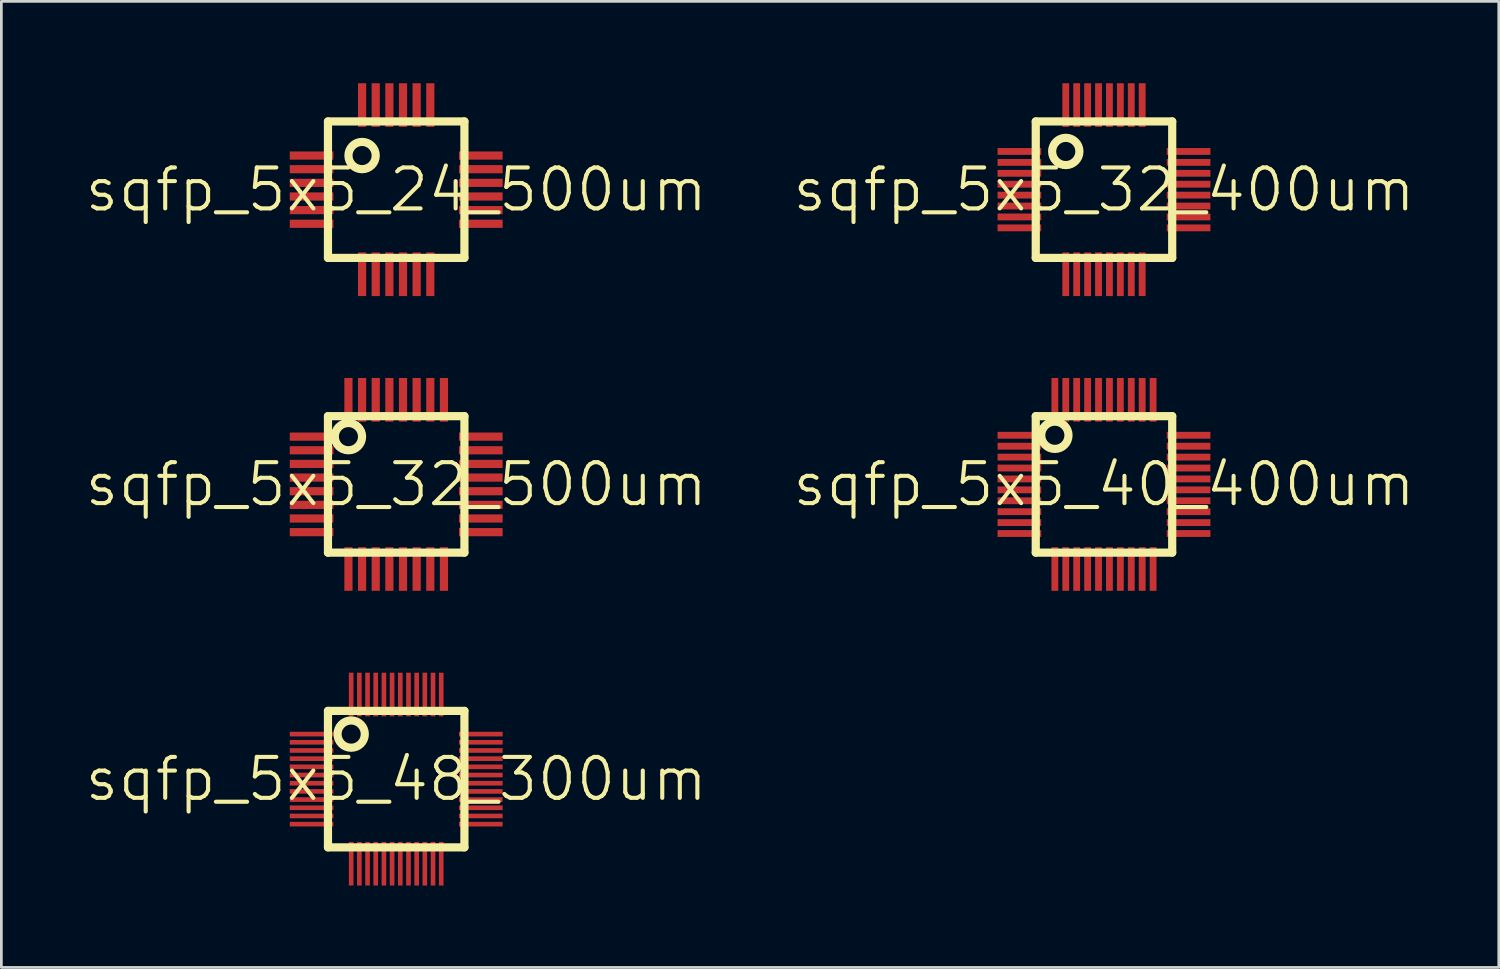
<source format=kicad_pcb>
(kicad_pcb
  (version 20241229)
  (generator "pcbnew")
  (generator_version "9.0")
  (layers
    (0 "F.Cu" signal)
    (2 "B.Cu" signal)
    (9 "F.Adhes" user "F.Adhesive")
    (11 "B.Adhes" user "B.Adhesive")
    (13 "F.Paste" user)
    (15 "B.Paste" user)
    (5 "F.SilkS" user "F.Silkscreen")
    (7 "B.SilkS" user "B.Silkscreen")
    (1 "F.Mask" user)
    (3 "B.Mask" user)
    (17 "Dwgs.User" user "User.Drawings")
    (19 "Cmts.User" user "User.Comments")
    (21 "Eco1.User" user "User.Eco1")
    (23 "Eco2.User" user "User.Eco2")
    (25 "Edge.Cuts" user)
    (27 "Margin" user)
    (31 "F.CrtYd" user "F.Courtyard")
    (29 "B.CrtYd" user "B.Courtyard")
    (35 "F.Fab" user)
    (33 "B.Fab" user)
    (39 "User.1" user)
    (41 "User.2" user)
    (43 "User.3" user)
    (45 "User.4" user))
  (footprint "sqfp_5x5_24_500um"
    (layer "F.Cu")
    (at 11.468 3.9)
    (property "Reference" "sqfp_5x5_24_500um" (at 0 0 0) (layer "F.SilkS") (effects (font (size 1.5 1.5) (thickness 0.15))))
    (attr through_hole)
    (fp_line (start -2.5 -2.5) (end 2.5 -2.5) (stroke (width 0.3) (type solid)) (layer "F.SilkS"))
    (fp_line (start -2.5 2.5) (end -2.5 -2.5) (stroke (width 0.3) (type solid)) (layer "F.SilkS"))
    (fp_line (start 2.5 -2.5) (end 2.5 2.5) (stroke (width 0.3) (type solid)) (layer "F.SilkS"))
    (fp_line (start 2.5 2.5) (end -2.5 2.5) (stroke (width 0.3) (type solid)) (layer "F.SilkS"))
    (fp_circle (center -1.25 -1.25) (end -0.75 -1.25) (stroke (width 0.3) (type solid)) (fill no) (layer "F.SilkS"))
    (pad "1" smd rect (at -3.1 -1.25 90) (size 0.3 1.6) (layers "F.Cu" "F.Mask" "F.Paste"))
    (pad "2" smd rect (at -3.1 -0.75 90) (size 0.3 1.6) (layers "F.Cu" "F.Mask" "F.Paste"))
    (pad "3" smd rect (at -3.1 -0.25 90) (size 0.3 1.6) (layers "F.Cu" "F.Mask" "F.Paste"))
    (pad "4" smd rect (at -3.1 0.25 90) (size 0.3 1.6) (layers "F.Cu" "F.Mask" "F.Paste"))
    (pad "5" smd rect (at -3.1 0.75 90) (size 0.3 1.6) (layers "F.Cu" "F.Mask" "F.Paste"))
    (pad "6" smd rect (at -3.1 1.25 90) (size 0.3 1.6) (layers "F.Cu" "F.Mask" "F.Paste"))
    (pad "7" smd rect (at -1.25 3.1) (size 0.3 1.6) (layers "F.Cu" "F.Mask" "F.Paste"))
    (pad "8" smd rect (at -0.75 3.1) (size 0.3 1.6) (layers "F.Cu" "F.Mask" "F.Paste"))
    (pad "9" smd rect (at -0.25 3.1) (size 0.3 1.6) (layers "F.Cu" "F.Mask" "F.Paste"))
    (pad "10" smd rect (at 0.25 3.1) (size 0.3 1.6) (layers "F.Cu" "F.Mask" "F.Paste"))
    (pad "11" smd rect (at 0.75 3.1) (size 0.3 1.6) (layers "F.Cu" "F.Mask" "F.Paste"))
    (pad "12" smd rect (at 1.25 3.1) (size 0.3 1.6) (layers "F.Cu" "F.Mask" "F.Paste"))
    (pad "13" smd rect (at 3.1 1.25 90) (size 0.3 1.6) (layers "F.Cu" "F.Mask" "F.Paste"))
    (pad "14" smd rect (at 3.1 0.75 90) (size 0.3 1.6) (layers "F.Cu" "F.Mask" "F.Paste"))
    (pad "15" smd rect (at 3.1 0.25 90) (size 0.3 1.6) (layers "F.Cu" "F.Mask" "F.Paste"))
    (pad "16" smd rect (at 3.1 -0.25 90) (size 0.3 1.6) (layers "F.Cu" "F.Mask" "F.Paste"))
    (pad "17" smd rect (at 3.1 -0.75 90) (size 0.3 1.6) (layers "F.Cu" "F.Mask" "F.Paste"))
    (pad "18" smd rect (at 3.1 -1.25 90) (size 0.3 1.6) (layers "F.Cu" "F.Mask" "F.Paste"))
    (pad "19" smd rect (at 1.25 -3.1) (size 0.3 1.6) (layers "F.Cu" "F.Mask" "F.Paste"))
    (pad "20" smd rect (at 0.75 -3.1) (size 0.3 1.6) (layers "F.Cu" "F.Mask" "F.Paste"))
    (pad "21" smd rect (at 0.25 -3.1) (size 0.3 1.6) (layers "F.Cu" "F.Mask" "F.Paste"))
    (pad "22" smd rect (at -0.25 -3.1) (size 0.3 1.6) (layers "F.Cu" "F.Mask" "F.Paste"))
    (pad "23" smd rect (at -0.75 -3.1) (size 0.3 1.6) (layers "F.Cu" "F.Mask" "F.Paste"))
    (pad "24" smd rect (at -1.25 -3.1) (size 0.3 1.6) (layers "F.Cu" "F.Mask" "F.Paste")))
  (footprint "sqfp_5x5_32_400um"
    (layer "F.Cu")
    (at 37.404 3.9)
    (property "Reference" "sqfp_5x5_32_400um" (at 0 0 0) (layer "F.SilkS") (effects (font (size 1.5 1.5) (thickness 0.15))))
    (attr through_hole)
    (fp_line (start -2.5 -2.5) (end 2.5 -2.5) (stroke (width 0.3) (type solid)) (layer "F.SilkS"))
    (fp_line (start -2.5 2.5) (end -2.5 -2.5) (stroke (width 0.3) (type solid)) (layer "F.SilkS"))
    (fp_line (start 2.5 -2.5) (end 2.5 2.5) (stroke (width 0.3) (type solid)) (layer "F.SilkS"))
    (fp_line (start 2.5 2.5) (end -2.5 2.5) (stroke (width 0.3) (type solid)) (layer "F.SilkS"))
    (fp_circle (center -1.4 -1.4) (end -0.9 -1.4) (stroke (width 0.3) (type solid)) (fill no) (layer "F.SilkS"))
    (pad "1" smd rect (at -3.1 -1.4 90) (size 0.25 1.6) (layers "F.Cu" "F.Mask" "F.Paste"))
    (pad "2" smd rect (at -3.1 -1 90) (size 0.25 1.6) (layers "F.Cu" "F.Mask" "F.Paste"))
    (pad "3" smd rect (at -3.1 -0.6 90) (size 0.25 1.6) (layers "F.Cu" "F.Mask" "F.Paste"))
    (pad "4" smd rect (at -3.1 -0.2 90) (size 0.25 1.6) (layers "F.Cu" "F.Mask" "F.Paste"))
    (pad "5" smd rect (at -3.1 0.2 90) (size 0.25 1.6) (layers "F.Cu" "F.Mask" "F.Paste"))
    (pad "6" smd rect (at -3.1 0.6 90) (size 0.25 1.6) (layers "F.Cu" "F.Mask" "F.Paste"))
    (pad "7" smd rect (at -3.1 1 90) (size 0.25 1.6) (layers "F.Cu" "F.Mask" "F.Paste"))
    (pad "8" smd rect (at -3.1 1.4 90) (size 0.25 1.6) (layers "F.Cu" "F.Mask" "F.Paste"))
    (pad "9" smd rect (at -1.4 3.1) (size 0.25 1.6) (layers "F.Cu" "F.Mask" "F.Paste"))
    (pad "10" smd rect (at -1 3.1) (size 0.25 1.6) (layers "F.Cu" "F.Mask" "F.Paste"))
    (pad "11" smd rect (at -0.6 3.1) (size 0.25 1.6) (layers "F.Cu" "F.Mask" "F.Paste"))
    (pad "12" smd rect (at -0.2 3.1) (size 0.25 1.6) (layers "F.Cu" "F.Mask" "F.Paste"))
    (pad "13" smd rect (at 0.2 3.1) (size 0.25 1.6) (layers "F.Cu" "F.Mask" "F.Paste"))
    (pad "14" smd rect (at 0.6 3.1) (size 0.25 1.6) (layers "F.Cu" "F.Mask" "F.Paste"))
    (pad "15" smd rect (at 1 3.1) (size 0.25 1.6) (layers "F.Cu" "F.Mask" "F.Paste"))
    (pad "16" smd rect (at 1.4 3.1) (size 0.25 1.6) (layers "F.Cu" "F.Mask" "F.Paste"))
    (pad "17" smd rect (at 3.1 1.4 90) (size 0.25 1.6) (layers "F.Cu" "F.Mask" "F.Paste"))
    (pad "18" smd rect (at 3.1 1 90) (size 0.25 1.6) (layers "F.Cu" "F.Mask" "F.Paste"))
    (pad "19" smd rect (at 3.1 0.6 90) (size 0.25 1.6) (layers "F.Cu" "F.Mask" "F.Paste"))
    (pad "20" smd rect (at 3.1 0.2 90) (size 0.25 1.6) (layers "F.Cu" "F.Mask" "F.Paste"))
    (pad "21" smd rect (at 3.1 -0.2 90) (size 0.25 1.6) (layers "F.Cu" "F.Mask" "F.Paste"))
    (pad "22" smd rect (at 3.1 -0.6 90) (size 0.25 1.6) (layers "F.Cu" "F.Mask" "F.Paste"))
    (pad "23" smd rect (at 3.1 -1 90) (size 0.25 1.6) (layers "F.Cu" "F.Mask" "F.Paste"))
    (pad "24" smd rect (at 3.1 -1.4 90) (size 0.25 1.6) (layers "F.Cu" "F.Mask" "F.Paste"))
    (pad "25" smd rect (at 1.4 -3.1) (size 0.25 1.6) (layers "F.Cu" "F.Mask" "F.Paste"))
    (pad "26" smd rect (at 1 -3.1) (size 0.25 1.6) (layers "F.Cu" "F.Mask" "F.Paste"))
    (pad "27" smd rect (at 0.6 -3.1) (size 0.25 1.6) (layers "F.Cu" "F.Mask" "F.Paste"))
    (pad "28" smd rect (at 0.2 -3.1) (size 0.25 1.6) (layers "F.Cu" "F.Mask" "F.Paste"))
    (pad "29" smd rect (at -0.2 -3.1) (size 0.25 1.6) (layers "F.Cu" "F.Mask" "F.Paste"))
    (pad "30" smd rect (at -0.6 -3.1) (size 0.25 1.6) (layers "F.Cu" "F.Mask" "F.Paste"))
    (pad "31" smd rect (at -1 -3.1) (size 0.25 1.6) (layers "F.Cu" "F.Mask" "F.Paste"))
    (pad "32" smd rect (at -1.4 -3.1) (size 0.25 1.6) (layers "F.Cu" "F.Mask" "F.Paste")))
  (footprint "sqfp_5x5_40_400um"
    (layer "F.Cu")
    (at 37.404 14.7)
    (property "Reference" "sqfp_5x5_40_400um" (at 0 0 0) (layer "F.SilkS") (effects (font (size 1.5 1.5) (thickness 0.15))))
    (attr through_hole)
    (fp_line (start -2.5 -2.5) (end 2.5 -2.5) (stroke (width 0.3) (type solid)) (layer "F.SilkS"))
    (fp_line (start -2.5 2.5) (end -2.5 -2.5) (stroke (width 0.3) (type solid)) (layer "F.SilkS"))
    (fp_line (start 2.5 -2.5) (end 2.5 2.5) (stroke (width 0.3) (type solid)) (layer "F.SilkS"))
    (fp_line (start 2.5 2.5) (end -2.5 2.5) (stroke (width 0.3) (type solid)) (layer "F.SilkS"))
    (fp_circle (center -1.8 -1.8) (end -1.3 -1.8) (stroke (width 0.3) (type solid)) (fill no) (layer "F.SilkS"))
    (pad "1" smd rect (at -3.1 -1.8 90) (size 0.25 1.6) (layers "F.Cu" "F.Mask" "F.Paste"))
    (pad "2" smd rect (at -3.1 -1.4 90) (size 0.25 1.6) (layers "F.Cu" "F.Mask" "F.Paste"))
    (pad "3" smd rect (at -3.1 -1 90) (size 0.25 1.6) (layers "F.Cu" "F.Mask" "F.Paste"))
    (pad "4" smd rect (at -3.1 -0.6 90) (size 0.25 1.6) (layers "F.Cu" "F.Mask" "F.Paste"))
    (pad "5" smd rect (at -3.1 -0.2 90) (size 0.25 1.6) (layers "F.Cu" "F.Mask" "F.Paste"))
    (pad "6" smd rect (at -3.1 0.2 90) (size 0.25 1.6) (layers "F.Cu" "F.Mask" "F.Paste"))
    (pad "7" smd rect (at -3.1 0.6 90) (size 0.25 1.6) (layers "F.Cu" "F.Mask" "F.Paste"))
    (pad "8" smd rect (at -3.1 1 90) (size 0.25 1.6) (layers "F.Cu" "F.Mask" "F.Paste"))
    (pad "9" smd rect (at -3.1 1.4 90) (size 0.25 1.6) (layers "F.Cu" "F.Mask" "F.Paste"))
    (pad "10" smd rect (at -3.1 1.8 90) (size 0.25 1.6) (layers "F.Cu" "F.Mask" "F.Paste"))
    (pad "11" smd rect (at -1.8 3.1) (size 0.25 1.6) (layers "F.Cu" "F.Mask" "F.Paste"))
    (pad "12" smd rect (at -1.4 3.1) (size 0.25 1.6) (layers "F.Cu" "F.Mask" "F.Paste"))
    (pad "13" smd rect (at -1 3.1) (size 0.25 1.6) (layers "F.Cu" "F.Mask" "F.Paste"))
    (pad "14" smd rect (at -0.6 3.1) (size 0.25 1.6) (layers "F.Cu" "F.Mask" "F.Paste"))
    (pad "15" smd rect (at -0.2 3.1) (size 0.25 1.6) (layers "F.Cu" "F.Mask" "F.Paste"))
    (pad "16" smd rect (at 0.2 3.1) (size 0.25 1.6) (layers "F.Cu" "F.Mask" "F.Paste"))
    (pad "17" smd rect (at 0.6 3.1) (size 0.25 1.6) (layers "F.Cu" "F.Mask" "F.Paste"))
    (pad "18" smd rect (at 1 3.1) (size 0.25 1.6) (layers "F.Cu" "F.Mask" "F.Paste"))
    (pad "19" smd rect (at 1.4 3.1) (size 0.25 1.6) (layers "F.Cu" "F.Mask" "F.Paste"))
    (pad "20" smd rect (at 1.8 3.1) (size 0.25 1.6) (layers "F.Cu" "F.Mask" "F.Paste"))
    (pad "21" smd rect (at 3.1 1.8 90) (size 0.25 1.6) (layers "F.Cu" "F.Mask" "F.Paste"))
    (pad "22" smd rect (at 3.1 1.4 90) (size 0.25 1.6) (layers "F.Cu" "F.Mask" "F.Paste"))
    (pad "23" smd rect (at 3.1 1 90) (size 0.25 1.6) (layers "F.Cu" "F.Mask" "F.Paste"))
    (pad "24" smd rect (at 3.1 0.6 90) (size 0.25 1.6) (layers "F.Cu" "F.Mask" "F.Paste"))
    (pad "25" smd rect (at 3.1 0.2 90) (size 0.25 1.6) (layers "F.Cu" "F.Mask" "F.Paste"))
    (pad "26" smd rect (at 3.1 -0.2 90) (size 0.25 1.6) (layers "F.Cu" "F.Mask" "F.Paste"))
    (pad "27" smd rect (at 3.1 -0.6 90) (size 0.25 1.6) (layers "F.Cu" "F.Mask" "F.Paste"))
    (pad "28" smd rect (at 3.1 -1 90) (size 0.25 1.6) (layers "F.Cu" "F.Mask" "F.Paste"))
    (pad "29" smd rect (at 3.1 -1.4 90) (size 0.25 1.6) (layers "F.Cu" "F.Mask" "F.Paste"))
    (pad "30" smd rect (at 3.1 -1.8 90) (size 0.25 1.6) (layers "F.Cu" "F.Mask" "F.Paste"))
    (pad "31" smd rect (at 1.8 -3.1) (size 0.25 1.6) (layers "F.Cu" "F.Mask" "F.Paste"))
    (pad "32" smd rect (at 1.4 -3.1) (size 0.25 1.6) (layers "F.Cu" "F.Mask" "F.Paste"))
    (pad "33" smd rect (at 1 -3.1) (size 0.25 1.6) (layers "F.Cu" "F.Mask" "F.Paste"))
    (pad "34" smd rect (at 0.6 -3.1) (size 0.25 1.6) (layers "F.Cu" "F.Mask" "F.Paste"))
    (pad "35" smd rect (at 0.2 -3.1) (size 0.25 1.6) (layers "F.Cu" "F.Mask" "F.Paste"))
    (pad "36" smd rect (at -0.2 -3.1) (size 0.25 1.6) (layers "F.Cu" "F.Mask" "F.Paste"))
    (pad "37" smd rect (at -0.6 -3.1) (size 0.25 1.6) (layers "F.Cu" "F.Mask" "F.Paste"))
    (pad "38" smd rect (at -1 -3.1) (size 0.25 1.6) (layers "F.Cu" "F.Mask" "F.Paste"))
    (pad "39" smd rect (at -1.4 -3.1) (size 0.25 1.6) (layers "F.Cu" "F.Mask" "F.Paste"))
    (pad "40" smd rect (at -1.8 -3.1) (size 0.25 1.6) (layers "F.Cu" "F.Mask" "F.Paste")))
  (footprint "sqfp_5x5_48_300um"
    (layer "F.Cu")
    (at 11.468 25.5)
    (property "Reference" "sqfp_5x5_48_300um" (at 0 0 0) (layer "F.SilkS") (effects (font (size 1.5 1.5) (thickness 0.15))))
    (attr through_hole)
    (fp_line (start -2.5 -2.5) (end 2.5 -2.5) (stroke (width 0.3) (type solid)) (layer "F.SilkS"))
    (fp_line (start -2.5 2.5) (end -2.5 -2.5) (stroke (width 0.3) (type solid)) (layer "F.SilkS"))
    (fp_line (start 2.5 -2.5) (end 2.5 2.5) (stroke (width 0.3) (type solid)) (layer "F.SilkS"))
    (fp_line (start 2.5 2.5) (end -2.5 2.5) (stroke (width 0.3) (type solid)) (layer "F.SilkS"))
    (fp_circle (center -1.65 -1.65) (end -1.15 -1.65) (stroke (width 0.3) (type solid)) (fill no) (layer "F.SilkS"))
    (pad "1" smd rect (at -3.1 -1.65 90) (size 0.17 1.6) (layers "F.Cu" "F.Mask" "F.Paste"))
    (pad "2" smd rect (at -3.1 -1.35 90) (size 0.17 1.6) (layers "F.Cu" "F.Mask" "F.Paste"))
    (pad "3" smd rect (at -3.1 -1.05 90) (size 0.17 1.6) (layers "F.Cu" "F.Mask" "F.Paste"))
    (pad "4" smd rect (at -3.1 -0.75 90) (size 0.17 1.6) (layers "F.Cu" "F.Mask" "F.Paste"))
    (pad "5" smd rect (at -3.1 -0.45 90) (size 0.17 1.6) (layers "F.Cu" "F.Mask" "F.Paste"))
    (pad "6" smd rect (at -3.1 -0.15 90) (size 0.17 1.6) (layers "F.Cu" "F.Mask" "F.Paste"))
    (pad "7" smd rect (at -3.1 0.15 90) (size 0.17 1.6) (layers "F.Cu" "F.Mask" "F.Paste"))
    (pad "8" smd rect (at -3.1 0.45 90) (size 0.17 1.6) (layers "F.Cu" "F.Mask" "F.Paste"))
    (pad "9" smd rect (at -3.1 0.75 90) (size 0.17 1.6) (layers "F.Cu" "F.Mask" "F.Paste"))
    (pad "10" smd rect (at -3.1 1.05 90) (size 0.17 1.6) (layers "F.Cu" "F.Mask" "F.Paste"))
    (pad "11" smd rect (at -3.1 1.35 90) (size 0.17 1.6) (layers "F.Cu" "F.Mask" "F.Paste"))
    (pad "12" smd rect (at -3.1 1.65 90) (size 0.17 1.6) (layers "F.Cu" "F.Mask" "F.Paste"))
    (pad "13" smd rect (at -1.65 3.1) (size 0.17 1.6) (layers "F.Cu" "F.Mask" "F.Paste"))
    (pad "14" smd rect (at -1.35 3.1) (size 0.17 1.6) (layers "F.Cu" "F.Mask" "F.Paste"))
    (pad "15" smd rect (at -1.05 3.1) (size 0.17 1.6) (layers "F.Cu" "F.Mask" "F.Paste"))
    (pad "16" smd rect (at -0.75 3.1) (size 0.17 1.6) (layers "F.Cu" "F.Mask" "F.Paste"))
    (pad "17" smd rect (at -0.45 3.1) (size 0.17 1.6) (layers "F.Cu" "F.Mask" "F.Paste"))
    (pad "18" smd rect (at -0.15 3.1) (size 0.17 1.6) (layers "F.Cu" "F.Mask" "F.Paste"))
    (pad "19" smd rect (at 0.15 3.1) (size 0.17 1.6) (layers "F.Cu" "F.Mask" "F.Paste"))
    (pad "20" smd rect (at 0.45 3.1) (size 0.17 1.6) (layers "F.Cu" "F.Mask" "F.Paste"))
    (pad "21" smd rect (at 0.75 3.1) (size 0.17 1.6) (layers "F.Cu" "F.Mask" "F.Paste"))
    (pad "22" smd rect (at 1.05 3.1) (size 0.17 1.6) (layers "F.Cu" "F.Mask" "F.Paste"))
    (pad "23" smd rect (at 1.35 3.1) (size 0.17 1.6) (layers "F.Cu" "F.Mask" "F.Paste"))
    (pad "24" smd rect (at 1.65 3.1) (size 0.17 1.6) (layers "F.Cu" "F.Mask" "F.Paste"))
    (pad "25" smd rect (at 3.1 1.65 90) (size 0.17 1.6) (layers "F.Cu" "F.Mask" "F.Paste"))
    (pad "26" smd rect (at 3.1 1.35 90) (size 0.17 1.6) (layers "F.Cu" "F.Mask" "F.Paste"))
    (pad "27" smd rect (at 3.1 1.05 90) (size 0.17 1.6) (layers "F.Cu" "F.Mask" "F.Paste"))
    (pad "28" smd rect (at 3.1 0.75 90) (size 0.17 1.6) (layers "F.Cu" "F.Mask" "F.Paste"))
    (pad "29" smd rect (at 3.1 0.45 90) (size 0.17 1.6) (layers "F.Cu" "F.Mask" "F.Paste"))
    (pad "30" smd rect (at 3.1 0.15 90) (size 0.17 1.6) (layers "F.Cu" "F.Mask" "F.Paste"))
    (pad "31" smd rect (at 3.1 -0.15 90) (size 0.17 1.6) (layers "F.Cu" "F.Mask" "F.Paste"))
    (pad "32" smd rect (at 3.1 -0.45 90) (size 0.17 1.6) (layers "F.Cu" "F.Mask" "F.Paste"))
    (pad "33" smd rect (at 3.1 -0.75 90) (size 0.17 1.6) (layers "F.Cu" "F.Mask" "F.Paste"))
    (pad "34" smd rect (at 3.1 -1.05 90) (size 0.17 1.6) (layers "F.Cu" "F.Mask" "F.Paste"))
    (pad "35" smd rect (at 3.1 -1.35 90) (size 0.17 1.6) (layers "F.Cu" "F.Mask" "F.Paste"))
    (pad "36" smd rect (at 3.1 -1.65 90) (size 0.17 1.6) (layers "F.Cu" "F.Mask" "F.Paste"))
    (pad "37" smd rect (at 1.65 -3.1) (size 0.17 1.6) (layers "F.Cu" "F.Mask" "F.Paste"))
    (pad "38" smd rect (at 1.35 -3.1) (size 0.17 1.6) (layers "F.Cu" "F.Mask" "F.Paste"))
    (pad "39" smd rect (at 1.05 -3.1) (size 0.17 1.6) (layers "F.Cu" "F.Mask" "F.Paste"))
    (pad "40" smd rect (at 0.75 -3.1) (size 0.17 1.6) (layers "F.Cu" "F.Mask" "F.Paste"))
    (pad "41" smd rect (at 0.45 -3.1) (size 0.17 1.6) (layers "F.Cu" "F.Mask" "F.Paste"))
    (pad "42" smd rect (at 0.15 -3.1) (size 0.17 1.6) (layers "F.Cu" "F.Mask" "F.Paste"))
    (pad "43" smd rect (at -0.15 -3.1) (size 0.17 1.6) (layers "F.Cu" "F.Mask" "F.Paste"))
    (pad "44" smd rect (at -0.45 -3.1) (size 0.17 1.6) (layers "F.Cu" "F.Mask" "F.Paste"))
    (pad "45" smd rect (at -0.75 -3.1) (size 0.17 1.6) (layers "F.Cu" "F.Mask" "F.Paste"))
    (pad "46" smd rect (at -1.05 -3.1) (size 0.17 1.6) (layers "F.Cu" "F.Mask" "F.Paste"))
    (pad "47" smd rect (at -1.35 -3.1) (size 0.17 1.6) (layers "F.Cu" "F.Mask" "F.Paste"))
    (pad "48" smd rect (at -1.65 -3.1) (size 0.17 1.6) (layers "F.Cu" "F.Mask" "F.Paste")))
  (footprint "sqfp_5x5_32_500um"
    (layer "F.Cu")
    (at 11.468 14.7)
    (property "Reference" "sqfp_5x5_32_500um" (at 0 0 0) (layer "F.SilkS") (effects (font (size 1.5 1.5) (thickness 0.15))))
    (attr through_hole)
    (fp_line (start -2.5 -2.5) (end 2.5 -2.5) (stroke (width 0.3) (type solid)) (layer "F.SilkS"))
    (fp_line (start -2.5 2.5) (end -2.5 -2.5) (stroke (width 0.3) (type solid)) (layer "F.SilkS"))
    (fp_line (start 2.5 -2.5) (end 2.5 2.5) (stroke (width 0.3) (type solid)) (layer "F.SilkS"))
    (fp_line (start 2.5 2.5) (end -2.5 2.5) (stroke (width 0.3) (type solid)) (layer "F.SilkS"))
    (fp_circle (center -1.75 -1.75) (end -1.25 -1.75) (stroke (width 0.3) (type solid)) (fill no) (layer "F.SilkS"))
    (pad "1" smd rect (at -3.1 -1.75 90) (size 0.3 1.6) (layers "F.Cu" "F.Mask" "F.Paste"))
    (pad "2" smd rect (at -3.1 -1.25 90) (size 0.3 1.6) (layers "F.Cu" "F.Mask" "F.Paste"))
    (pad "3" smd rect (at -3.1 -0.75 90) (size 0.3 1.6) (layers "F.Cu" "F.Mask" "F.Paste"))
    (pad "4" smd rect (at -3.1 -0.25 90) (size 0.3 1.6) (layers "F.Cu" "F.Mask" "F.Paste"))
    (pad "5" smd rect (at -3.1 0.25 90) (size 0.3 1.6) (layers "F.Cu" "F.Mask" "F.Paste"))
    (pad "6" smd rect (at -3.1 0.75 90) (size 0.3 1.6) (layers "F.Cu" "F.Mask" "F.Paste"))
    (pad "7" smd rect (at -3.1 1.25 90) (size 0.3 1.6) (layers "F.Cu" "F.Mask" "F.Paste"))
    (pad "8" smd rect (at -3.1 1.75 90) (size 0.3 1.6) (layers "F.Cu" "F.Mask" "F.Paste"))
    (pad "9" smd rect (at -1.75 3.1) (size 0.3 1.6) (layers "F.Cu" "F.Mask" "F.Paste"))
    (pad "10" smd rect (at -1.25 3.1) (size 0.3 1.6) (layers "F.Cu" "F.Mask" "F.Paste"))
    (pad "11" smd rect (at -0.75 3.1) (size 0.3 1.6) (layers "F.Cu" "F.Mask" "F.Paste"))
    (pad "12" smd rect (at -0.25 3.1) (size 0.3 1.6) (layers "F.Cu" "F.Mask" "F.Paste"))
    (pad "13" smd rect (at 0.25 3.1) (size 0.3 1.6) (layers "F.Cu" "F.Mask" "F.Paste"))
    (pad "14" smd rect (at 0.75 3.1) (size 0.3 1.6) (layers "F.Cu" "F.Mask" "F.Paste"))
    (pad "15" smd rect (at 1.25 3.1) (size 0.3 1.6) (layers "F.Cu" "F.Mask" "F.Paste"))
    (pad "16" smd rect (at 1.75 3.1) (size 0.3 1.6) (layers "F.Cu" "F.Mask" "F.Paste"))
    (pad "17" smd rect (at 3.1 1.75 90) (size 0.3 1.6) (layers "F.Cu" "F.Mask" "F.Paste"))
    (pad "18" smd rect (at 3.1 1.25 90) (size 0.3 1.6) (layers "F.Cu" "F.Mask" "F.Paste"))
    (pad "19" smd rect (at 3.1 0.75 90) (size 0.3 1.6) (layers "F.Cu" "F.Mask" "F.Paste"))
    (pad "20" smd rect (at 3.1 0.25 90) (size 0.3 1.6) (layers "F.Cu" "F.Mask" "F.Paste"))
    (pad "21" smd rect (at 3.1 -0.25 90) (size 0.3 1.6) (layers "F.Cu" "F.Mask" "F.Paste"))
    (pad "22" smd rect (at 3.1 -0.75 90) (size 0.3 1.6) (layers "F.Cu" "F.Mask" "F.Paste"))
    (pad "23" smd rect (at 3.1 -1.25 90) (size 0.3 1.6) (layers "F.Cu" "F.Mask" "F.Paste"))
    (pad "24" smd rect (at 3.1 -1.75 90) (size 0.3 1.6) (layers "F.Cu" "F.Mask" "F.Paste"))
    (pad "25" smd rect (at 1.75 -3.1) (size 0.3 1.6) (layers "F.Cu" "F.Mask" "F.Paste"))
    (pad "26" smd rect (at 1.25 -3.1) (size 0.3 1.6) (layers "F.Cu" "F.Mask" "F.Paste"))
    (pad "27" smd rect (at 0.75 -3.1) (size 0.3 1.6) (layers "F.Cu" "F.Mask" "F.Paste"))
    (pad "28" smd rect (at 0.25 -3.1) (size 0.3 1.6) (layers "F.Cu" "F.Mask" "F.Paste"))
    (pad "29" smd rect (at -0.25 -3.1) (size 0.3 1.6) (layers "F.Cu" "F.Mask" "F.Paste"))
    (pad "30" smd rect (at -0.75 -3.1) (size 0.3 1.6) (layers "F.Cu" "F.Mask" "F.Paste"))
    (pad "31" smd rect (at -1.25 -3.1) (size 0.3 1.6) (layers "F.Cu" "F.Mask" "F.Paste"))
    (pad "32" smd rect (at -1.75 -3.1) (size 0.3 1.6) (layers "F.Cu" "F.Mask" "F.Paste")))
  (gr_rect
    (start -3 -3)
    (end 51.871 32.4)
    (stroke (width 0.1) (type default))
    (fill no)
    (layer "Edge.Cuts")))
</source>
